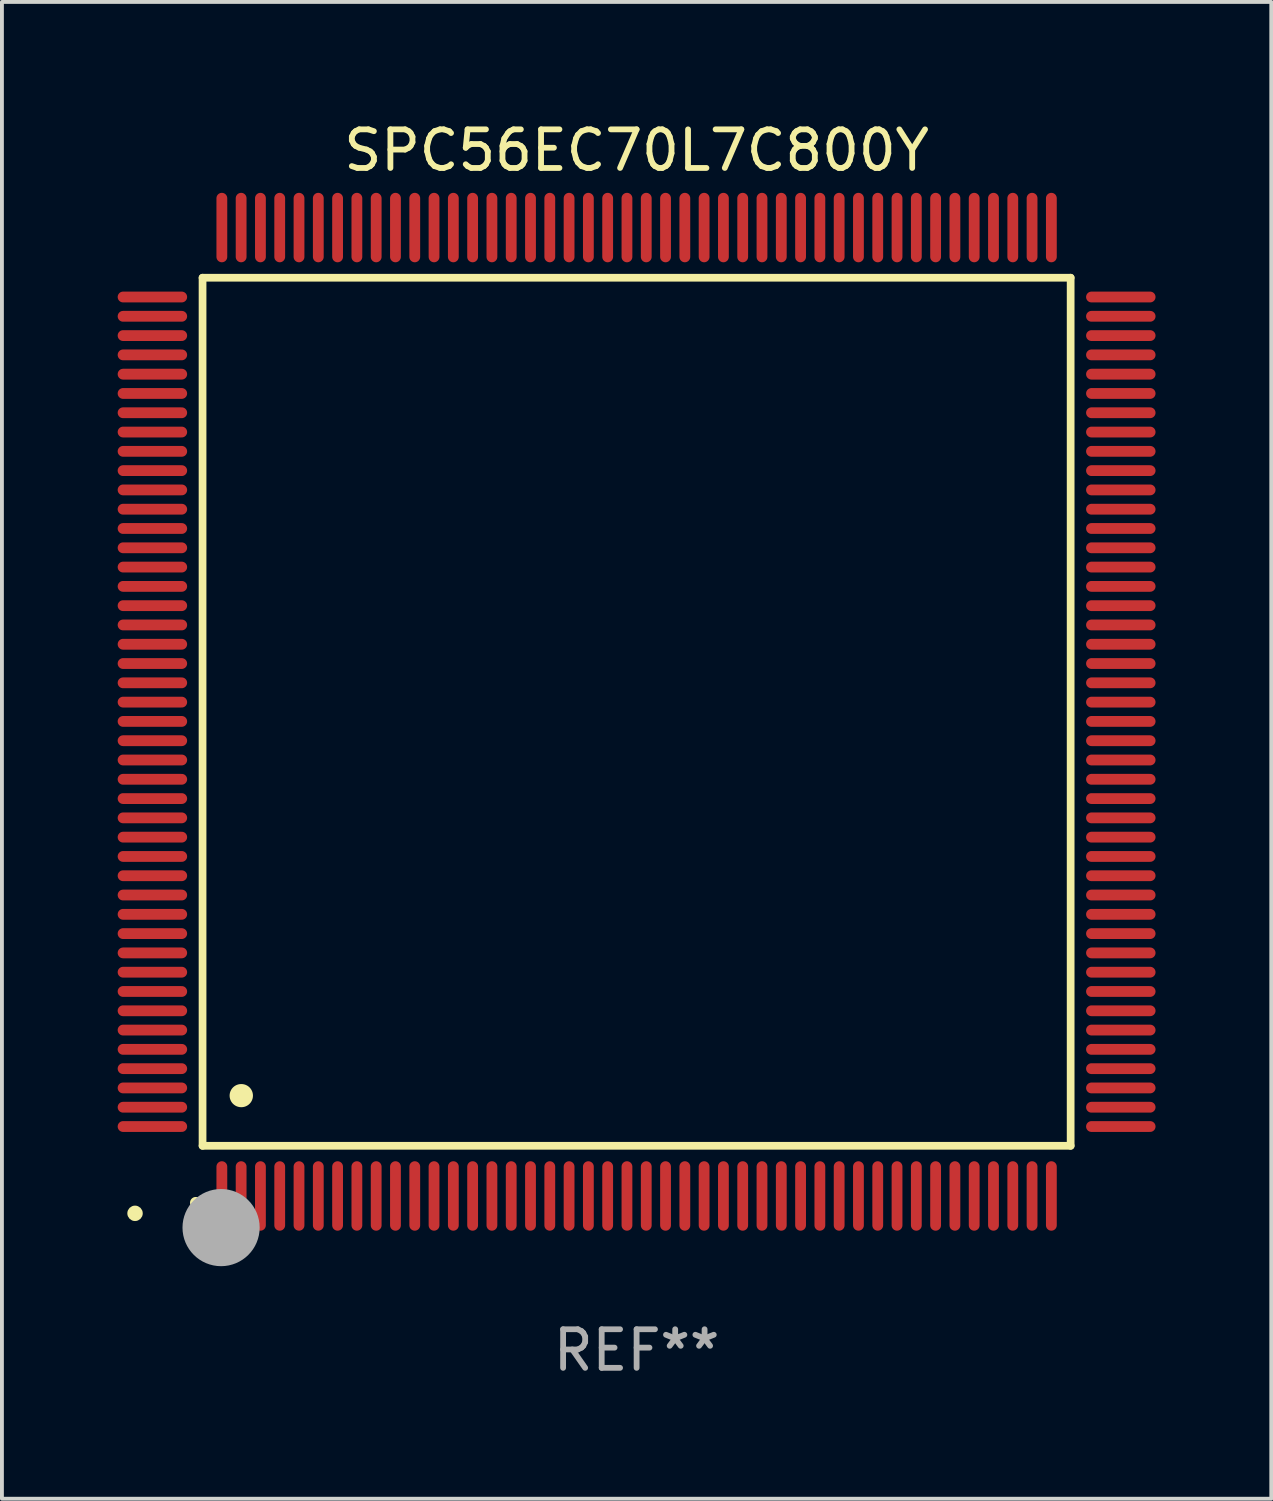
<source format=kicad_pcb>
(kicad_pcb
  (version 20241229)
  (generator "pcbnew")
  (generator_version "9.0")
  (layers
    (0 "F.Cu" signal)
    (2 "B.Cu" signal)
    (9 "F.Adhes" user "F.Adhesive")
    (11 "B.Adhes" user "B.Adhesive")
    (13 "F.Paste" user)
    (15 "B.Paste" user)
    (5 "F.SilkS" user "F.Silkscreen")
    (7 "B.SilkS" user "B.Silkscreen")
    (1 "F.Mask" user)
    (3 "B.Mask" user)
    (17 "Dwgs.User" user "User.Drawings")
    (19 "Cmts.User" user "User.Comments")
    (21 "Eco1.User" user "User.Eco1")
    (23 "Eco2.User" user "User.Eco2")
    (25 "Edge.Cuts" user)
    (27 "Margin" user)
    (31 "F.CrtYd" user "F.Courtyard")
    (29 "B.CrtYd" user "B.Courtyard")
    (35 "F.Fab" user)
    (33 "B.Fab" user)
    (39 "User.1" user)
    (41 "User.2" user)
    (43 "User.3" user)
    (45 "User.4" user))
  (footprint "SPC56EC70L7C800Y"
    (layer "F.Cu")
    (at 13.45 15.398)
    (property "Reference" "SPC56EC70L7C800Y" (at 0 -14.55 0) (layer "F.SilkS") (effects (font (size 1 1) (thickness 0.15))))
    (attr through_hole)
    (fp_line (start -11.25 -11.25) (end 11.25 -11.25) (stroke (width 0.2) (type solid)) (layer "F.SilkS"))
    (fp_line (start -11.25 11.25) (end -11.25 -11.25) (stroke (width 0.2) (type solid)) (layer "F.SilkS"))
    (fp_line (start 11.25 -11.25) (end 11.25 11.25) (stroke (width 0.2) (type solid)) (layer "F.SilkS"))
    (fp_line (start 11.25 11.25) (end -11.25 11.25) (stroke (width 0.2) (type solid)) (layer "F.SilkS"))
    (fp_arc (start -11.424943 12.725425) (mid -11.423673 12.72542) (end -11.422403 12.725425) (stroke (width 0.3) (type solid)) (layer "F.SilkS"))
    (fp_arc (start -10.24892 9.9492) (mid -10.24638 9.949189) (end -10.24384 9.9492) (stroke (width 0.6) (type solid)) (layer "F.SilkS"))
    (fp_circle (center -13 13) (end -12.9 13) (stroke (width 0.2) (type solid)) (fill no) (layer "F.SilkS"))
    (fp_circle (center -10.77 13.37) (end -10.27 13.37) (stroke (width 1) (type solid)) (fill no) (layer "F.Fab"))
    (fp_text user "REF**" (at 0 16.55 0) (layer "F.Fab") (effects (font (size 1 1) (thickness 0.15))))
    (pad "1" smd oval (at -10.75 12.55) (size 0.28 1.8) (layers "F.Cu" "F.Mask" "F.Paste"))
    (pad "2" smd oval (at -10.25 12.55) (size 0.28 1.8) (layers "F.Cu" "F.Mask" "F.Paste"))
    (pad "3" smd oval (at -9.75 12.55) (size 0.28 1.8) (layers "F.Cu" "F.Mask" "F.Paste"))
    (pad "4" smd oval (at -9.25 12.55) (size 0.28 1.8) (layers "F.Cu" "F.Mask" "F.Paste"))
    (pad "5" smd oval (at -8.75 12.55) (size 0.28 1.8) (layers "F.Cu" "F.Mask" "F.Paste"))
    (pad "6" smd oval (at -8.25 12.55) (size 0.28 1.8) (layers "F.Cu" "F.Mask" "F.Paste"))
    (pad "7" smd oval (at -7.75 12.55) (size 0.28 1.8) (layers "F.Cu" "F.Mask" "F.Paste"))
    (pad "8" smd oval (at -7.25 12.55) (size 0.28 1.8) (layers "F.Cu" "F.Mask" "F.Paste"))
    (pad "9" smd oval (at -6.75 12.55) (size 0.28 1.8) (layers "F.Cu" "F.Mask" "F.Paste"))
    (pad "10" smd oval (at -6.25 12.55) (size 0.28 1.8) (layers "F.Cu" "F.Mask" "F.Paste"))
    (pad "11" smd oval (at -5.75 12.55) (size 0.28 1.8) (layers "F.Cu" "F.Mask" "F.Paste"))
    (pad "12" smd oval (at -5.25 12.55) (size 0.28 1.8) (layers "F.Cu" "F.Mask" "F.Paste"))
    (pad "13" smd oval (at -4.75 12.55) (size 0.28 1.8) (layers "F.Cu" "F.Mask" "F.Paste"))
    (pad "14" smd oval (at -4.25 12.55) (size 0.28 1.8) (layers "F.Cu" "F.Mask" "F.Paste"))
    (pad "15" smd oval (at -3.75 12.55) (size 0.28 1.8) (layers "F.Cu" "F.Mask" "F.Paste"))
    (pad "16" smd oval (at -3.25 12.55) (size 0.28 1.8) (layers "F.Cu" "F.Mask" "F.Paste"))
    (pad "17" smd oval (at -2.75 12.55) (size 0.28 1.8) (layers "F.Cu" "F.Mask" "F.Paste"))
    (pad "18" smd oval (at -2.25 12.55) (size 0.28 1.8) (layers "F.Cu" "F.Mask" "F.Paste"))
    (pad "19" smd oval (at -1.75 12.55) (size 0.28 1.8) (layers "F.Cu" "F.Mask" "F.Paste"))
    (pad "20" smd oval (at -1.25 12.55) (size 0.28 1.8) (layers "F.Cu" "F.Mask" "F.Paste"))
    (pad "21" smd oval (at -0.75 12.55) (size 0.28 1.8) (layers "F.Cu" "F.Mask" "F.Paste"))
    (pad "22" smd oval (at -0.25 12.55) (size 0.28 1.8) (layers "F.Cu" "F.Mask" "F.Paste"))
    (pad "23" smd oval (at 0.25 12.55) (size 0.28 1.8) (layers "F.Cu" "F.Mask" "F.Paste"))
    (pad "24" smd oval (at 0.75 12.55) (size 0.28 1.8) (layers "F.Cu" "F.Mask" "F.Paste"))
    (pad "25" smd oval (at 1.25 12.55) (size 0.28 1.8) (layers "F.Cu" "F.Mask" "F.Paste"))
    (pad "26" smd oval (at 1.75 12.55) (size 0.28 1.8) (layers "F.Cu" "F.Mask" "F.Paste"))
    (pad "27" smd oval (at 2.25 12.55) (size 0.28 1.8) (layers "F.Cu" "F.Mask" "F.Paste"))
    (pad "28" smd oval (at 2.75 12.55) (size 0.28 1.8) (layers "F.Cu" "F.Mask" "F.Paste"))
    (pad "29" smd oval (at 3.25 12.55) (size 0.28 1.8) (layers "F.Cu" "F.Mask" "F.Paste"))
    (pad "30" smd oval (at 3.75 12.55) (size 0.28 1.8) (layers "F.Cu" "F.Mask" "F.Paste"))
    (pad "31" smd oval (at 4.25 12.55) (size 0.28 1.8) (layers "F.Cu" "F.Mask" "F.Paste"))
    (pad "32" smd oval (at 4.75 12.55) (size 0.28 1.8) (layers "F.Cu" "F.Mask" "F.Paste"))
    (pad "33" smd oval (at 5.25 12.55) (size 0.28 1.8) (layers "F.Cu" "F.Mask" "F.Paste"))
    (pad "34" smd oval (at 5.75 12.55) (size 0.28 1.8) (layers "F.Cu" "F.Mask" "F.Paste"))
    (pad "35" smd oval (at 6.25 12.55) (size 0.28 1.8) (layers "F.Cu" "F.Mask" "F.Paste"))
    (pad "36" smd oval (at 6.75 12.55) (size 0.28 1.8) (layers "F.Cu" "F.Mask" "F.Paste"))
    (pad "37" smd oval (at 7.25 12.55) (size 0.28 1.8) (layers "F.Cu" "F.Mask" "F.Paste"))
    (pad "38" smd oval (at 7.75 12.55) (size 0.28 1.8) (layers "F.Cu" "F.Mask" "F.Paste"))
    (pad "39" smd oval (at 8.25 12.55) (size 0.28 1.8) (layers "F.Cu" "F.Mask" "F.Paste"))
    (pad "40" smd oval (at 8.75 12.55) (size 0.28 1.8) (layers "F.Cu" "F.Mask" "F.Paste"))
    (pad "41" smd oval (at 9.25 12.55) (size 0.28 1.8) (layers "F.Cu" "F.Mask" "F.Paste"))
    (pad "42" smd oval (at 9.75 12.55) (size 0.28 1.8) (layers "F.Cu" "F.Mask" "F.Paste"))
    (pad "43" smd oval (at 10.25 12.55) (size 0.28 1.8) (layers "F.Cu" "F.Mask" "F.Paste"))
    (pad "44" smd oval (at 10.75 12.55) (size 0.28 1.8) (layers "F.Cu" "F.Mask" "F.Paste"))
    (pad "45" smd oval (at 12.55 10.75) (size 1.8 0.28) (layers "F.Cu" "F.Mask" "F.Paste"))
    (pad "46" smd oval (at 12.55 10.25) (size 1.8 0.28) (layers "F.Cu" "F.Mask" "F.Paste"))
    (pad "47" smd oval (at 12.55 9.75) (size 1.8 0.28) (layers "F.Cu" "F.Mask" "F.Paste"))
    (pad "48" smd oval (at 12.55 9.25) (size 1.8 0.28) (layers "F.Cu" "F.Mask" "F.Paste"))
    (pad "49" smd oval (at 12.55 8.75) (size 1.8 0.28) (layers "F.Cu" "F.Mask" "F.Paste"))
    (pad "50" smd oval (at 12.55 8.25) (size 1.8 0.28) (layers "F.Cu" "F.Mask" "F.Paste"))
    (pad "51" smd oval (at 12.55 7.75) (size 1.8 0.28) (layers "F.Cu" "F.Mask" "F.Paste"))
    (pad "52" smd oval (at 12.55 7.25) (size 1.8 0.28) (layers "F.Cu" "F.Mask" "F.Paste"))
    (pad "53" smd oval (at 12.55 6.75) (size 1.8 0.28) (layers "F.Cu" "F.Mask" "F.Paste"))
    (pad "54" smd oval (at 12.55 6.25) (size 1.8 0.28) (layers "F.Cu" "F.Mask" "F.Paste"))
    (pad "55" smd oval (at 12.55 5.75) (size 1.8 0.28) (layers "F.Cu" "F.Mask" "F.Paste"))
    (pad "56" smd oval (at 12.55 5.25) (size 1.8 0.28) (layers "F.Cu" "F.Mask" "F.Paste"))
    (pad "57" smd oval (at 12.55 4.75) (size 1.8 0.28) (layers "F.Cu" "F.Mask" "F.Paste"))
    (pad "58" smd oval (at 12.55 4.25) (size 1.8 0.28) (layers "F.Cu" "F.Mask" "F.Paste"))
    (pad "59" smd oval (at 12.55 3.75) (size 1.8 0.28) (layers "F.Cu" "F.Mask" "F.Paste"))
    (pad "60" smd oval (at 12.55 3.25) (size 1.8 0.28) (layers "F.Cu" "F.Mask" "F.Paste"))
    (pad "61" smd oval (at 12.55 2.75) (size 1.8 0.28) (layers "F.Cu" "F.Mask" "F.Paste"))
    (pad "62" smd oval (at 12.55 2.25) (size 1.8 0.28) (layers "F.Cu" "F.Mask" "F.Paste"))
    (pad "63" smd oval (at 12.55 1.75) (size 1.8 0.28) (layers "F.Cu" "F.Mask" "F.Paste"))
    (pad "64" smd oval (at 12.55 1.25) (size 1.8 0.28) (layers "F.Cu" "F.Mask" "F.Paste"))
    (pad "65" smd oval (at 12.55 0.75) (size 1.8 0.28) (layers "F.Cu" "F.Mask" "F.Paste"))
    (pad "66" smd oval (at 12.55 0.25) (size 1.8 0.28) (layers "F.Cu" "F.Mask" "F.Paste"))
    (pad "67" smd oval (at 12.55 -0.25) (size 1.8 0.28) (layers "F.Cu" "F.Mask" "F.Paste"))
    (pad "68" smd oval (at 12.55 -0.75) (size 1.8 0.28) (layers "F.Cu" "F.Mask" "F.Paste"))
    (pad "69" smd oval (at 12.55 -1.25) (size 1.8 0.28) (layers "F.Cu" "F.Mask" "F.Paste"))
    (pad "70" smd oval (at 12.55 -1.75) (size 1.8 0.28) (layers "F.Cu" "F.Mask" "F.Paste"))
    (pad "71" smd oval (at 12.55 -2.25) (size 1.8 0.28) (layers "F.Cu" "F.Mask" "F.Paste"))
    (pad "72" smd oval (at 12.55 -2.75) (size 1.8 0.28) (layers "F.Cu" "F.Mask" "F.Paste"))
    (pad "73" smd oval (at 12.55 -3.25) (size 1.8 0.28) (layers "F.Cu" "F.Mask" "F.Paste"))
    (pad "74" smd oval (at 12.55 -3.75) (size 1.8 0.28) (layers "F.Cu" "F.Mask" "F.Paste"))
    (pad "75" smd oval (at 12.55 -4.25) (size 1.8 0.28) (layers "F.Cu" "F.Mask" "F.Paste"))
    (pad "76" smd oval (at 12.55 -4.75) (size 1.8 0.28) (layers "F.Cu" "F.Mask" "F.Paste"))
    (pad "77" smd oval (at 12.55 -5.25) (size 1.8 0.28) (layers "F.Cu" "F.Mask" "F.Paste"))
    (pad "78" smd oval (at 12.55 -5.75) (size 1.8 0.28) (layers "F.Cu" "F.Mask" "F.Paste"))
    (pad "79" smd oval (at 12.55 -6.25) (size 1.8 0.28) (layers "F.Cu" "F.Mask" "F.Paste"))
    (pad "80" smd oval (at 12.55 -6.75) (size 1.8 0.28) (layers "F.Cu" "F.Mask" "F.Paste"))
    (pad "81" smd oval (at 12.55 -7.25) (size 1.8 0.28) (layers "F.Cu" "F.Mask" "F.Paste"))
    (pad "82" smd oval (at 12.55 -7.75) (size 1.8 0.28) (layers "F.Cu" "F.Mask" "F.Paste"))
    (pad "83" smd oval (at 12.55 -8.25) (size 1.8 0.28) (layers "F.Cu" "F.Mask" "F.Paste"))
    (pad "84" smd oval (at 12.55 -8.75) (size 1.8 0.28) (layers "F.Cu" "F.Mask" "F.Paste"))
    (pad "85" smd oval (at 12.55 -9.25) (size 1.8 0.28) (layers "F.Cu" "F.Mask" "F.Paste"))
    (pad "86" smd oval (at 12.55 -9.75) (size 1.8 0.28) (layers "F.Cu" "F.Mask" "F.Paste"))
    (pad "87" smd oval (at 12.55 -10.25) (size 1.8 0.28) (layers "F.Cu" "F.Mask" "F.Paste"))
    (pad "88" smd oval (at 12.55 -10.75) (size 1.8 0.28) (layers "F.Cu" "F.Mask" "F.Paste"))
    (pad "89" smd oval (at 10.75 -12.55) (size 0.28 1.8) (layers "F.Cu" "F.Mask" "F.Paste"))
    (pad "90" smd oval (at 10.25 -12.55) (size 0.28 1.8) (layers "F.Cu" "F.Mask" "F.Paste"))
    (pad "91" smd oval (at 9.75 -12.55) (size 0.28 1.8) (layers "F.Cu" "F.Mask" "F.Paste"))
    (pad "92" smd oval (at 9.25 -12.55) (size 0.28 1.8) (layers "F.Cu" "F.Mask" "F.Paste"))
    (pad "93" smd oval (at 8.75 -12.55) (size 0.28 1.8) (layers "F.Cu" "F.Mask" "F.Paste"))
    (pad "94" smd oval (at 8.25 -12.55) (size 0.28 1.8) (layers "F.Cu" "F.Mask" "F.Paste"))
    (pad "95" smd oval (at 7.75 -12.55) (size 0.28 1.8) (layers "F.Cu" "F.Mask" "F.Paste"))
    (pad "96" smd oval (at 7.25 -12.55) (size 0.28 1.8) (layers "F.Cu" "F.Mask" "F.Paste"))
    (pad "97" smd oval (at 6.75 -12.55) (size 0.28 1.8) (layers "F.Cu" "F.Mask" "F.Paste"))
    (pad "98" smd oval (at 6.25 -12.55) (size 0.28 1.8) (layers "F.Cu" "F.Mask" "F.Paste"))
    (pad "99" smd oval (at 5.75 -12.55) (size 0.28 1.8) (layers "F.Cu" "F.Mask" "F.Paste"))
    (pad "100" smd oval (at 5.25 -12.55) (size 0.28 1.8) (layers "F.Cu" "F.Mask" "F.Paste"))
    (pad "101" smd oval (at 4.75 -12.55) (size 0.28 1.8) (layers "F.Cu" "F.Mask" "F.Paste"))
    (pad "102" smd oval (at 4.25 -12.55) (size 0.28 1.8) (layers "F.Cu" "F.Mask" "F.Paste"))
    (pad "103" smd oval (at 3.75 -12.55) (size 0.28 1.8) (layers "F.Cu" "F.Mask" "F.Paste"))
    (pad "104" smd oval (at 3.25 -12.55) (size 0.28 1.8) (layers "F.Cu" "F.Mask" "F.Paste"))
    (pad "105" smd oval (at 2.75 -12.55) (size 0.28 1.8) (layers "F.Cu" "F.Mask" "F.Paste"))
    (pad "106" smd oval (at 2.25 -12.55) (size 0.28 1.8) (layers "F.Cu" "F.Mask" "F.Paste"))
    (pad "107" smd oval (at 1.75 -12.55) (size 0.28 1.8) (layers "F.Cu" "F.Mask" "F.Paste"))
    (pad "108" smd oval (at 1.25 -12.55) (size 0.28 1.8) (layers "F.Cu" "F.Mask" "F.Paste"))
    (pad "109" smd oval (at 0.75 -12.55) (size 0.28 1.8) (layers "F.Cu" "F.Mask" "F.Paste"))
    (pad "110" smd oval (at 0.25 -12.55) (size 0.28 1.8) (layers "F.Cu" "F.Mask" "F.Paste"))
    (pad "111" smd oval (at -0.25 -12.55) (size 0.28 1.8) (layers "F.Cu" "F.Mask" "F.Paste"))
    (pad "112" smd oval (at -0.75 -12.55) (size 0.28 1.8) (layers "F.Cu" "F.Mask" "F.Paste"))
    (pad "113" smd oval (at -1.25 -12.55) (size 0.28 1.8) (layers "F.Cu" "F.Mask" "F.Paste"))
    (pad "114" smd oval (at -1.75 -12.55) (size 0.28 1.8) (layers "F.Cu" "F.Mask" "F.Paste"))
    (pad "115" smd oval (at -2.25 -12.55) (size 0.28 1.8) (layers "F.Cu" "F.Mask" "F.Paste"))
    (pad "116" smd oval (at -2.75 -12.55) (size 0.28 1.8) (layers "F.Cu" "F.Mask" "F.Paste"))
    (pad "117" smd oval (at -3.25 -12.55) (size 0.28 1.8) (layers "F.Cu" "F.Mask" "F.Paste"))
    (pad "118" smd oval (at -3.75 -12.55) (size 0.28 1.8) (layers "F.Cu" "F.Mask" "F.Paste"))
    (pad "119" smd oval (at -4.25 -12.55) (size 0.28 1.8) (layers "F.Cu" "F.Mask" "F.Paste"))
    (pad "120" smd oval (at -4.75 -12.55) (size 0.28 1.8) (layers "F.Cu" "F.Mask" "F.Paste"))
    (pad "121" smd oval (at -5.25 -12.55) (size 0.28 1.8) (layers "F.Cu" "F.Mask" "F.Paste"))
    (pad "122" smd oval (at -5.75 -12.55) (size 0.28 1.8) (layers "F.Cu" "F.Mask" "F.Paste"))
    (pad "123" smd oval (at -6.25 -12.55) (size 0.28 1.8) (layers "F.Cu" "F.Mask" "F.Paste"))
    (pad "124" smd oval (at -6.75 -12.55) (size 0.28 1.8) (layers "F.Cu" "F.Mask" "F.Paste"))
    (pad "125" smd oval (at -7.25 -12.55) (size 0.28 1.8) (layers "F.Cu" "F.Mask" "F.Paste"))
    (pad "126" smd oval (at -7.75 -12.55) (size 0.28 1.8) (layers "F.Cu" "F.Mask" "F.Paste"))
    (pad "127" smd oval (at -8.25 -12.55) (size 0.28 1.8) (layers "F.Cu" "F.Mask" "F.Paste"))
    (pad "128" smd oval (at -8.75 -12.55) (size 0.28 1.8) (layers "F.Cu" "F.Mask" "F.Paste"))
    (pad "129" smd oval (at -9.25 -12.55) (size 0.28 1.8) (layers "F.Cu" "F.Mask" "F.Paste"))
    (pad "130" smd oval (at -9.75 -12.55) (size 0.28 1.8) (layers "F.Cu" "F.Mask" "F.Paste"))
    (pad "131" smd oval (at -10.25 -12.55) (size 0.28 1.8) (layers "F.Cu" "F.Mask" "F.Paste"))
    (pad "132" smd oval (at -10.75 -12.55) (size 0.28 1.8) (layers "F.Cu" "F.Mask" "F.Paste"))
    (pad "133" smd oval (at -12.55 -10.75) (size 1.8 0.28) (layers "F.Cu" "F.Mask" "F.Paste"))
    (pad "134" smd oval (at -12.55 -10.25) (size 1.8 0.28) (layers "F.Cu" "F.Mask" "F.Paste"))
    (pad "135" smd oval (at -12.55 -9.75) (size 1.8 0.28) (layers "F.Cu" "F.Mask" "F.Paste"))
    (pad "136" smd oval (at -12.55 -9.25) (size 1.8 0.28) (layers "F.Cu" "F.Mask" "F.Paste"))
    (pad "137" smd oval (at -12.55 -8.75) (size 1.8 0.28) (layers "F.Cu" "F.Mask" "F.Paste"))
    (pad "138" smd oval (at -12.55 -8.25) (size 1.8 0.28) (layers "F.Cu" "F.Mask" "F.Paste"))
    (pad "139" smd oval (at -12.55 -7.75) (size 1.8 0.28) (layers "F.Cu" "F.Mask" "F.Paste"))
    (pad "140" smd oval (at -12.55 -7.25) (size 1.8 0.28) (layers "F.Cu" "F.Mask" "F.Paste"))
    (pad "141" smd oval (at -12.55 -6.75) (size 1.8 0.28) (layers "F.Cu" "F.Mask" "F.Paste"))
    (pad "142" smd oval (at -12.55 -6.25) (size 1.8 0.28) (layers "F.Cu" "F.Mask" "F.Paste"))
    (pad "143" smd oval (at -12.55 -5.75) (size 1.8 0.28) (layers "F.Cu" "F.Mask" "F.Paste"))
    (pad "144" smd oval (at -12.55 -5.25) (size 1.8 0.28) (layers "F.Cu" "F.Mask" "F.Paste"))
    (pad "145" smd oval (at -12.55 -4.75) (size 1.8 0.28) (layers "F.Cu" "F.Mask" "F.Paste"))
    (pad "146" smd oval (at -12.55 -4.25) (size 1.8 0.28) (layers "F.Cu" "F.Mask" "F.Paste"))
    (pad "147" smd oval (at -12.55 -3.75) (size 1.8 0.28) (layers "F.Cu" "F.Mask" "F.Paste"))
    (pad "148" smd oval (at -12.55 -3.25) (size 1.8 0.28) (layers "F.Cu" "F.Mask" "F.Paste"))
    (pad "149" smd oval (at -12.55 -2.75) (size 1.8 0.28) (layers "F.Cu" "F.Mask" "F.Paste"))
    (pad "150" smd oval (at -12.55 -2.25) (size 1.8 0.28) (layers "F.Cu" "F.Mask" "F.Paste"))
    (pad "151" smd oval (at -12.55 -1.75) (size 1.8 0.28) (layers "F.Cu" "F.Mask" "F.Paste"))
    (pad "152" smd oval (at -12.55 -1.25) (size 1.8 0.28) (layers "F.Cu" "F.Mask" "F.Paste"))
    (pad "153" smd oval (at -12.55 -0.75) (size 1.8 0.28) (layers "F.Cu" "F.Mask" "F.Paste"))
    (pad "154" smd oval (at -12.55 -0.25) (size 1.8 0.28) (layers "F.Cu" "F.Mask" "F.Paste"))
    (pad "155" smd oval (at -12.55 0.25) (size 1.8 0.28) (layers "F.Cu" "F.Mask" "F.Paste"))
    (pad "156" smd oval (at -12.55 0.75) (size 1.8 0.28) (layers "F.Cu" "F.Mask" "F.Paste"))
    (pad "157" smd oval (at -12.55 1.25) (size 1.8 0.28) (layers "F.Cu" "F.Mask" "F.Paste"))
    (pad "158" smd oval (at -12.55 1.75) (size 1.8 0.28) (layers "F.Cu" "F.Mask" "F.Paste"))
    (pad "159" smd oval (at -12.55 2.25) (size 1.8 0.28) (layers "F.Cu" "F.Mask" "F.Paste"))
    (pad "160" smd oval (at -12.55 2.75) (size 1.8 0.28) (layers "F.Cu" "F.Mask" "F.Paste"))
    (pad "161" smd oval (at -12.55 3.25) (size 1.8 0.28) (layers "F.Cu" "F.Mask" "F.Paste"))
    (pad "162" smd oval (at -12.55 3.75) (size 1.8 0.28) (layers "F.Cu" "F.Mask" "F.Paste"))
    (pad "163" smd oval (at -12.55 4.25) (size 1.8 0.28) (layers "F.Cu" "F.Mask" "F.Paste"))
    (pad "164" smd oval (at -12.55 4.75) (size 1.8 0.28) (layers "F.Cu" "F.Mask" "F.Paste"))
    (pad "165" smd oval (at -12.55 5.25) (size 1.8 0.28) (layers "F.Cu" "F.Mask" "F.Paste"))
    (pad "166" smd oval (at -12.55 5.75) (size 1.8 0.28) (layers "F.Cu" "F.Mask" "F.Paste"))
    (pad "167" smd oval (at -12.55 6.25) (size 1.8 0.28) (layers "F.Cu" "F.Mask" "F.Paste"))
    (pad "168" smd oval (at -12.55 6.75) (size 1.8 0.28) (layers "F.Cu" "F.Mask" "F.Paste"))
    (pad "169" smd oval (at -12.55 7.25) (size 1.8 0.28) (layers "F.Cu" "F.Mask" "F.Paste"))
    (pad "170" smd oval (at -12.55 7.75) (size 1.8 0.28) (layers "F.Cu" "F.Mask" "F.Paste"))
    (pad "171" smd oval (at -12.55 8.25) (size 1.8 0.28) (layers "F.Cu" "F.Mask" "F.Paste"))
    (pad "172" smd oval (at -12.55 8.75) (size 1.8 0.28) (layers "F.Cu" "F.Mask" "F.Paste"))
    (pad "173" smd oval (at -12.55 9.25) (size 1.8 0.28) (layers "F.Cu" "F.Mask" "F.Paste"))
    (pad "174" smd oval (at -12.55 9.75) (size 1.8 0.28) (layers "F.Cu" "F.Mask" "F.Paste"))
    (pad "175" smd oval (at -12.55 10.25) (size 1.8 0.28) (layers "F.Cu" "F.Mask" "F.Paste"))
    (pad "176" smd oval (at -12.55 10.75) (size 1.8 0.28) (layers "F.Cu" "F.Mask" "F.Paste")))
  (gr_rect
    (start -3 -3)
    (end 29.9 35.796)
    (stroke (width 0.1) (type default))
    (fill no)
    (layer "Edge.Cuts")))
</source>
